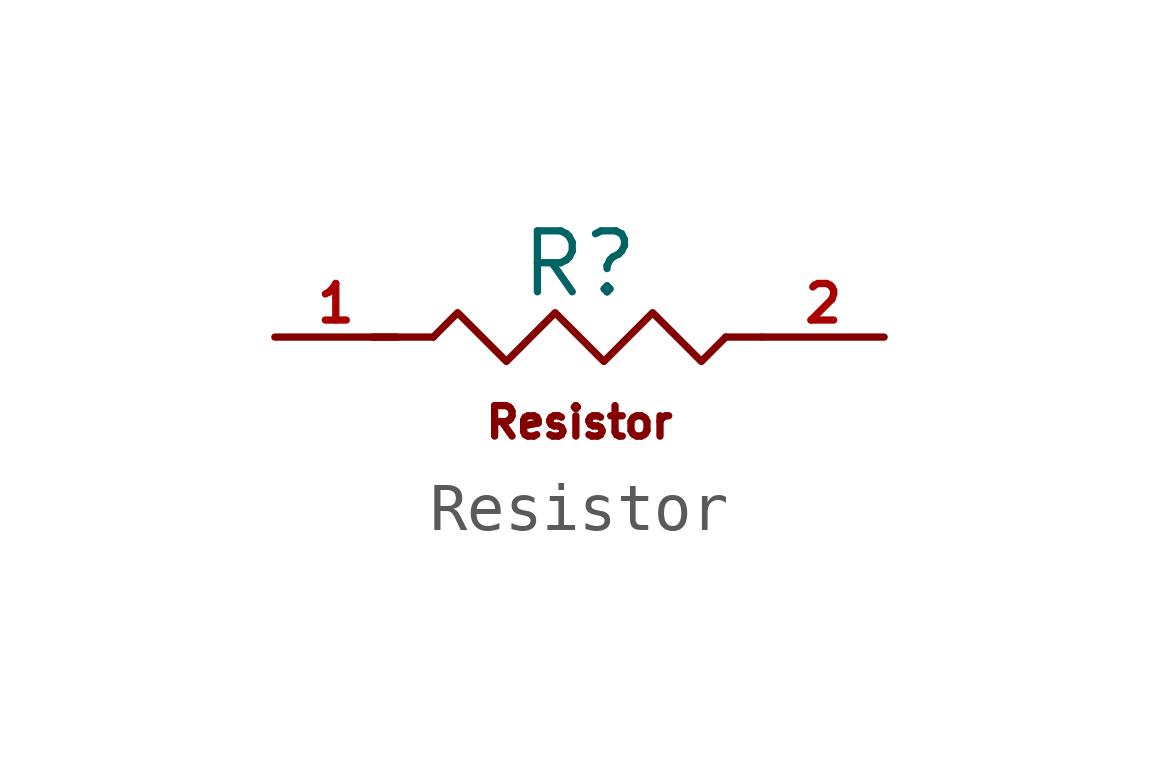
<source format=kicad_sym>
(kicad_symbol_lib
  (version 20231120)
  (generator "kicad_symbol_editor")
  (generator_version "8.0")
  (symbol "Resistor"
    (property "Reference" "R"
      (at 0 1.524 0)
      (effects (font (size 1.27 1.27))))
    (property "Value" ""
      (at -0.254 -0.254 0)
      (effects (font (size 1.27 1.27))))
    (symbol "Resistor_1_1"
      (polyline (pts (xy -3.048 0) (xy -4.318 0)) (stroke (width 0) (type default)) (fill (type none)))
      (polyline (pts (xy 3.048 0) (xy 3.81 0)) (stroke (width 0) (type default)) (fill (type none)))
      (polyline (pts (xy -3.048 0) (xy -2.54 0.508) (xy -1.524 -0.508) (xy -0.508 0.508) (xy 0.508 -0.508) (xy 1.524 0.508) (xy 2.54 -0.508) (xy 3.048 0)) (stroke (width 0) (type default)) (fill (type none)))
      (text "Resistor" (at 0 -1.778 0) (effects (font (size 0.635 0.635))))
      (pin passive line (at -6.35 0 0) (length 2.54) (name "" (effects (font (size 0.762 0.762)))) (number "1" (effects (font (size 0.762 0.762)))))
      (pin passive line (at 6.35 0 180) (length 2.54) (name "" (effects (font (size 0.762 0.762)))) (number "2" (effects (font (size 0.762 0.762))))))))
</source>
